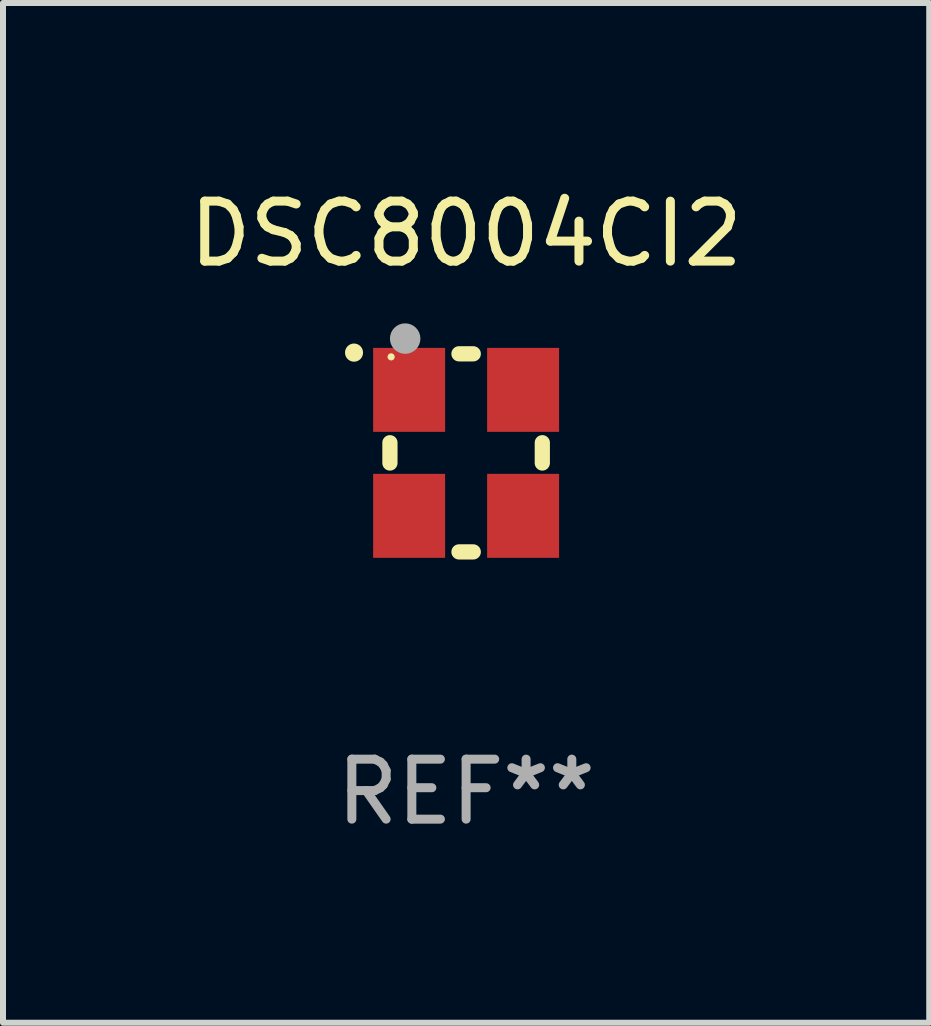
<source format=kicad_pcb>
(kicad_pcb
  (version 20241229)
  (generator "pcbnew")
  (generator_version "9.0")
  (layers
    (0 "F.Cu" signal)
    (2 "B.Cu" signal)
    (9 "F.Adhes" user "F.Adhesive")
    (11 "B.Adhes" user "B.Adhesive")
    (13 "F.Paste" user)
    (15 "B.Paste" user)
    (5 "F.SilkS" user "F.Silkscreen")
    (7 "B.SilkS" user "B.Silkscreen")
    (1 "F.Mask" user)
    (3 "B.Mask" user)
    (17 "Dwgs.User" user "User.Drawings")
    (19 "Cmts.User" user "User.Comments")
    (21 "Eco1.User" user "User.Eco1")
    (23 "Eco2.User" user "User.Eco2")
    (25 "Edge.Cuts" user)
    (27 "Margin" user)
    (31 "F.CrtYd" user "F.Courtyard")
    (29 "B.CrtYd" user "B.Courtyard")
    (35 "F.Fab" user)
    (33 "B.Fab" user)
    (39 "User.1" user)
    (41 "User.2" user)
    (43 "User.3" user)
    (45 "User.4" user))
  (footprint "DSC8004CI2"
    (layer "F.Cu")
    (at 4.72 4.499)
    (property "Reference" "DSC8004CI2" (at 0 -3.651 0) (layer "F.SilkS") (effects (font (size 1 1) (thickness 0.15))))
    (attr through_hole)
    (fp_line (start -1.27 -0.169) (end -1.27 0.169) (stroke (width 0.254) (type solid)) (layer "F.SilkS"))
    (fp_line (start 0.119 -1.651) (end -0.119 -1.651) (stroke (width 0.254) (type solid)) (layer "F.SilkS"))
    (fp_line (start 0.119 1.651) (end -0.119 1.651) (stroke (width 0.254) (type solid)) (layer "F.SilkS"))
    (fp_line (start 1.27 -0.169) (end 1.27 0.169) (stroke (width 0.254) (type solid)) (layer "F.SilkS"))
    (fp_arc (start -1.868631 -1.669799) (mid -1.868636 -1.671069) (end -1.868631 -1.672339) (stroke (width 0.3) (type solid)) (layer "F.SilkS"))
    (fp_circle (center -1.25 -1.6) (end -1.22 -1.6) (stroke (width 0.06) (type solid)) (fill no) (layer "F.SilkS"))
    (fp_circle (center -1.016 -1.905) (end -0.889 -1.905) (stroke (width 0.254) (type solid)) (fill no) (layer "F.Fab"))
    (fp_text user "REF**" (at 0 5.651 0) (layer "F.Fab") (effects (font (size 1 1) (thickness 0.15))))
    (pad "1" smd rect (at -0.95 -1.05 90) (size 1.4 1.2) (layers "F.Cu" "F.Mask" "F.Paste"))
    (pad "2" smd rect (at -0.95 1.05 90) (size 1.4 1.2) (layers "F.Cu" "F.Mask" "F.Paste"))
    (pad "3" smd rect (at 0.95 1.05 90) (size 1.4 1.2) (layers "F.Cu" "F.Mask" "F.Paste"))
    (pad "4" smd rect (at 0.95 -1.05 90) (size 1.4 1.2) (layers "F.Cu" "F.Mask" "F.Paste")))
  (gr_rect
    (start -3 -3)
    (end 12.44 13.999)
    (stroke (width 0.1) (type default))
    (fill no)
    (layer "Edge.Cuts")))
</source>
